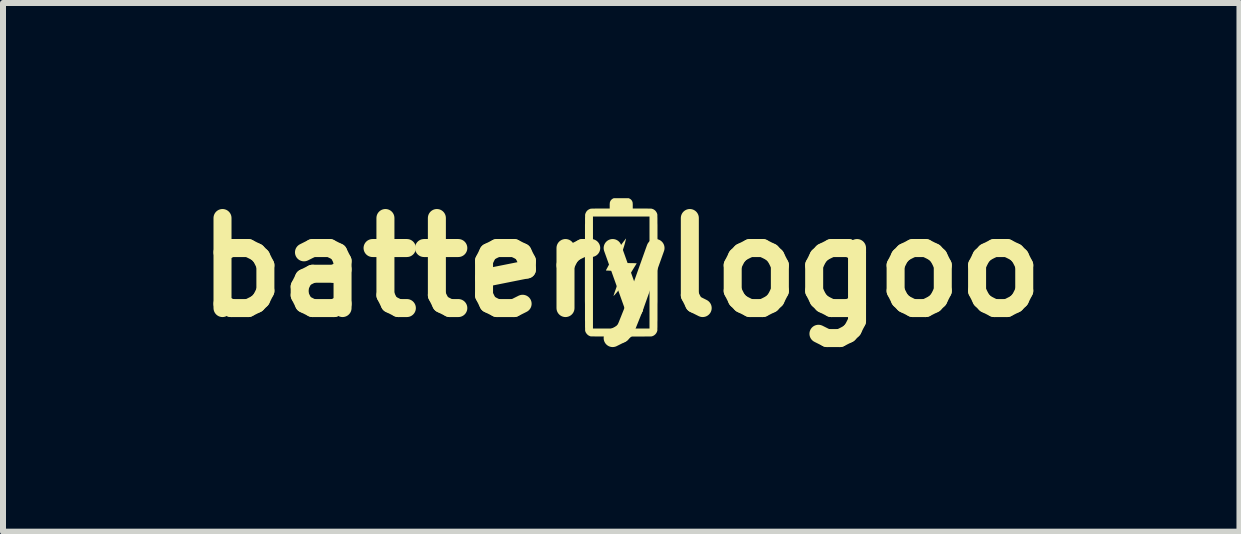
<source format=kicad_pcb>
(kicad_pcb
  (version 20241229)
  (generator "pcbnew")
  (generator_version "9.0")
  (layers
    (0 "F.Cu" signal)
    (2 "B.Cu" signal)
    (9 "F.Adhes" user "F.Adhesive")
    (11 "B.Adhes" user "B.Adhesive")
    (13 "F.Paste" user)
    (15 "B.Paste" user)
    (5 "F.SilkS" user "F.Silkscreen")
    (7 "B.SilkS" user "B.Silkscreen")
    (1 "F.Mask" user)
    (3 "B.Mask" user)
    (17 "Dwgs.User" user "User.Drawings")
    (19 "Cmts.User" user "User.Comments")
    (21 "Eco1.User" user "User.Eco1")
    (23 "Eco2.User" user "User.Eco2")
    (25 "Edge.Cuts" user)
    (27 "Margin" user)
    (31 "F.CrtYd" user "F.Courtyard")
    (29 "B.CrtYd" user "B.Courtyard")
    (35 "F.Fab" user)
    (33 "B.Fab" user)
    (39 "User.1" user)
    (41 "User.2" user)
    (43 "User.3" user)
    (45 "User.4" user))
  (footprint "batterylogoo"
    (layer "F.Cu")
    (at 7.3 1.404)
    (property "Reference" "batterylogoo" (at 0 0 0) (layer "F.SilkS") (effects (font (size 1.5 1.5) (thickness 0.3))))
    (attr board_only exclude_from_pos_files exclude_from_bom)
    (fp_poly (pts (xy 0.08 -0.478) (xy 0.079 -0.472) (xy 0.077 -0.463) (xy 0.074 -0.452) (xy 0.071 -0.439) (xy 0.067 -0.425) (xy 0.064 -0.41) (xy 0.06 -0.397) (xy 0.057 -0.384) (xy 0.054 -0.375) (xy 0.046 -0.347) (xy 0.036 -0.316) (xy 0.025 -0.283) (xy 0.013 -0.249) (xy 0.001 -0.215) (xy -0.012 -0.181) (xy -0.024 -0.149) (xy -0.035 -0.119) (xy -0.046 -0.093) (xy -0.049 -0.085) (xy -0.052 -0.079) (xy -0.054 -0.075) (xy -0.054 -0.074) (xy -0.052 -0.074) (xy -0.045 -0.074) (xy -0.035 -0.073) (xy -0.021 -0.073) (xy -0.004 -0.073) (xy 0.016 -0.073) (xy 0.038 -0.072) (xy 0.061 -0.072) (xy 0.084 -0.072) (xy 0.109 -0.071) (xy 0.134 -0.071) (xy 0.157 -0.07) (xy 0.179 -0.07) (xy 0.198 -0.07) (xy 0.214 -0.069) (xy 0.227 -0.069) (xy 0.236 -0.069) (xy 0.24 -0.068) (xy 0.258 -0.067) (xy 0.218 -0.002) (xy 0.192 0.04) (xy 0.168 0.08) (xy 0.145 0.116) (xy 0.124 0.149) (xy 0.103 0.181) (xy 0.082 0.211) (xy 0.062 0.241) (xy 0.041 0.27) (xy 0.02 0.299) (xy 0.011 0.312) (xy -0.003 0.33) (xy -0.018 0.35) (xy -0.035 0.371) (xy -0.052 0.391) (xy -0.069 0.412) (xy -0.085 0.431) (xy -0.099 0.447) (xy -0.112 0.461) (xy -0.116 0.465) (xy -0.122 0.472) (xy -0.126 0.476) (xy -0.128 0.476) (xy -0.128 0.475) (xy -0.127 0.472) (xy -0.126 0.467) (xy -0.123 0.457) (xy -0.119 0.445) (xy -0.114 0.43) (xy -0.109 0.414) (xy -0.103 0.397) (xy -0.097 0.38) (xy -0.091 0.363) (xy -0.086 0.348) (xy -0.081 0.334) (xy -0.08 0.33) (xy -0.07 0.306) (xy -0.06 0.28) (xy -0.048 0.251) (xy -0.035 0.22) (xy -0.022 0.19) (xy -0.008 0.16) (xy 0.005 0.132) (xy 0.011 0.119) (xy 0.018 0.104) (xy 0.024 0.09) (xy 0.03 0.078) (xy 0.034 0.069) (xy 0.037 0.063) (xy 0.038 0.061) (xy 0.035 0.06) (xy 0.029 0.06) (xy 0.019 0.059) (xy 0.006 0.059) (xy -0.01 0.059) (xy -0.027 0.059) (xy -0.036 0.059) (xy -0.051 0.059) (xy -0.069 0.058) (xy -0.089 0.058) (xy -0.109 0.058) (xy -0.13 0.057) (xy -0.151 0.057) (xy -0.172 0.056) (xy -0.191 0.056) (xy -0.209 0.055) (xy -0.225 0.054) (xy -0.238 0.054) (xy -0.247 0.053) (xy -0.253 0.053) (xy -0.255 0.052) (xy -0.254 0.05) (xy -0.252 0.044) (xy -0.247 0.035) (xy -0.241 0.024) (xy -0.233 0.01) (xy -0.225 -0.006) (xy -0.216 -0.023) (xy -0.206 -0.041) (xy -0.196 -0.059) (xy -0.186 -0.077) (xy -0.177 -0.094) (xy -0.168 -0.11) (xy -0.159 -0.125) (xy -0.156 -0.131) (xy -0.129 -0.176) (xy -0.102 -0.222) (xy -0.075 -0.265) (xy -0.047 -0.307) (xy -0.021 -0.347) (xy 0.004 -0.382) (xy 0.007 -0.386) (xy 0.017 -0.4) (xy 0.028 -0.414) (xy 0.039 -0.429) (xy 0.049 -0.442) (xy 0.059 -0.454) (xy 0.067 -0.465) (xy 0.073 -0.473) (xy 0.078 -0.478) (xy 0.08 -0.48) (xy 0.08 -0.48)) (stroke (width 0) (type solid)) (fill yes) (layer "F.SilkS"))
    (fp_poly (pts (xy 0.139 -1.145) (xy 0.157 -1.134) (xy 0.171 -1.12) (xy 0.182 -1.103) (xy 0.189 -1.083) (xy 0.19 -1.078) (xy 0.191 -1.072) (xy 0.191 -1.062) (xy 0.192 -1.049) (xy 0.192 -1.035) (xy 0.192 -1.023) (xy 0.192 -0.98) (xy 0.345 -0.98) (xy 0.376 -0.98) (xy 0.403 -0.98) (xy 0.426 -0.98) (xy 0.445 -0.979) (xy 0.461 -0.979) (xy 0.474 -0.979) (xy 0.485 -0.979) (xy 0.493 -0.978) (xy 0.5 -0.978) (xy 0.505 -0.977) (xy 0.509 -0.977) (xy 0.512 -0.976) (xy 0.534 -0.968) (xy 0.554 -0.956) (xy 0.571 -0.941) (xy 0.585 -0.922) (xy 0.596 -0.901) (xy 0.601 -0.882) (xy 0.602 -0.879) (xy 0.602 -0.871) (xy 0.602 -0.858) (xy 0.602 -0.842) (xy 0.603 -0.821) (xy 0.603 -0.797) (xy 0.603 -0.769) (xy 0.603 -0.738) (xy 0.604 -0.704) (xy 0.604 -0.667) (xy 0.604 -0.627) (xy 0.604 -0.584) (xy 0.604 -0.54) (xy 0.604 -0.492) (xy 0.605 -0.443) (xy 0.605 -0.392) (xy 0.605 -0.34) (xy 0.605 -0.286) (xy 0.605 -0.23) (xy 0.605 -0.174) (xy 0.605 -0.117) (xy 0.605 -0.059) (xy 0.605 -0.001) (xy 0.605 0.058) (xy 0.605 0.116) (xy 0.605 0.175) (xy 0.605 0.233) (xy 0.605 0.291) (xy 0.605 0.348) (xy 0.605 0.405) (xy 0.605 0.46) (xy 0.605 0.514) (xy 0.605 0.566) (xy 0.604 0.617) (xy 0.604 0.666) (xy 0.604 0.713) (xy 0.604 0.758) (xy 0.604 0.801) (xy 0.604 0.841) (xy 0.604 0.878) (xy 0.603 0.912) (xy 0.603 0.943) (xy 0.603 0.971) (xy 0.603 0.995) (xy 0.602 1.015) (xy 0.602 1.032) (xy 0.602 1.044) (xy 0.602 1.052) (xy 0.601 1.055) (xy 0.594 1.077) (xy 0.584 1.096) (xy 0.57 1.114) (xy 0.553 1.129) (xy 0.534 1.141) (xy 0.513 1.149) (xy 0.507 1.151) (xy 0.503 1.151) (xy 0.494 1.151) (xy 0.482 1.152) (xy 0.466 1.152) (xy 0.446 1.152) (xy 0.422 1.152) (xy 0.396 1.152) (xy 0.367 1.153) (xy 0.335 1.153) (xy 0.301 1.153) (xy 0.265 1.153) (xy 0.227 1.153) (xy 0.188 1.153) (xy 0.147 1.153) (xy 0.106 1.153) (xy 0.064 1.153) (xy 0.021 1.153) (xy -0.021 1.153) (xy -0.064 1.153) (xy -0.106 1.153) (xy -0.147 1.153) (xy -0.188 1.153) (xy -0.227 1.153) (xy -0.265 1.153) (xy -0.301 1.152) (xy -0.336 1.152) (xy -0.368 1.152) (xy -0.397 1.152) (xy -0.424 1.152) (xy -0.447 1.151) (xy -0.468 1.151) (xy -0.484 1.151) (xy -0.497 1.15) (xy -0.506 1.15) (xy -0.51 1.15) (xy -0.51 1.15) (xy -0.531 1.142) (xy -0.551 1.131) (xy -0.568 1.116) (xy -0.582 1.099) (xy -0.594 1.079) (xy -0.601 1.058) (xy -0.601 1.055) (xy -0.602 1.052) (xy -0.602 1.043) (xy -0.602 1.031) (xy -0.602 1.014) (xy -0.603 0.994) (xy -0.603 0.969) (xy -0.603 0.941) (xy -0.603 0.91) (xy -0.604 0.876) (xy -0.604 0.838) (xy -0.604 0.798) (xy -0.604 0.756) (xy -0.604 0.711) (xy -0.604 0.664) (xy -0.604 0.614) (xy -0.605 0.563) (xy -0.605 0.511) (xy -0.605 0.456) (xy -0.605 0.401) (xy -0.605 0.345) (xy -0.605 0.288) (xy -0.605 0.23) (xy -0.605 0.171) (xy -0.605 0.113) (xy -0.605 0.054) (xy -0.605 -0.005) (xy -0.605 -0.063) (xy -0.605 -0.121) (xy -0.605 -0.178) (xy -0.605 -0.234) (xy -0.605 -0.289) (xy -0.605 -0.343) (xy -0.605 -0.396) (xy -0.604 -0.446) (xy -0.604 -0.495) (xy -0.604 -0.542) (xy -0.604 -0.587) (xy -0.604 -0.629) (xy -0.604 -0.669) (xy -0.604 -0.706) (xy -0.603 -0.74) (xy -0.603 -0.771) (xy -0.603 -0.798) (xy -0.603 -0.822) (xy -0.602 -0.842) (xy -0.602 -0.846) (xy -0.471 -0.846) (xy -0.471 0.087) (xy -0.471 1.02) (xy 0 1.02) (xy 0.471 1.02) (xy 0.471 0.087) (xy 0.471 -0.846) (xy 0 -0.846) (xy -0.471 -0.846) (xy -0.602 -0.846) (xy -0.602 -0.858) (xy -0.602 -0.871) (xy -0.602 -0.878) (xy -0.601 -0.881) (xy -0.594 -0.904) (xy -0.583 -0.925) (xy -0.569 -0.943) (xy -0.551 -0.958) (xy -0.531 -0.969) (xy -0.512 -0.976) (xy -0.508 -0.977) (xy -0.504 -0.977) (xy -0.498 -0.978) (xy -0.491 -0.978) (xy -0.482 -0.979) (xy -0.471 -0.979) (xy -0.457 -0.979) (xy -0.441 -0.979) (xy -0.42 -0.98) (xy -0.397 -0.98) (xy -0.369 -0.98) (xy -0.345 -0.98) (xy -0.192 -0.98) (xy -0.192 -1.023) (xy -0.192 -1.037) (xy -0.192 -1.052) (xy -0.191 -1.064) (xy -0.19 -1.073) (xy -0.19 -1.078) (xy -0.184 -1.098) (xy -0.174 -1.116) (xy -0.16 -1.131) (xy -0.144 -1.143) (xy -0.139 -1.145) (xy -0.125 -1.152) (xy 0 -1.152) (xy 0.125 -1.152)) (stroke (width 0) (type solid)) (fill yes) (layer "F.SilkS")))
  (gr_rect
    (start -3 -3)
    (end 17.6 5.808)
    (stroke (width 0.1) (type default))
    (fill no)
    (layer "Edge.Cuts")))
</source>
